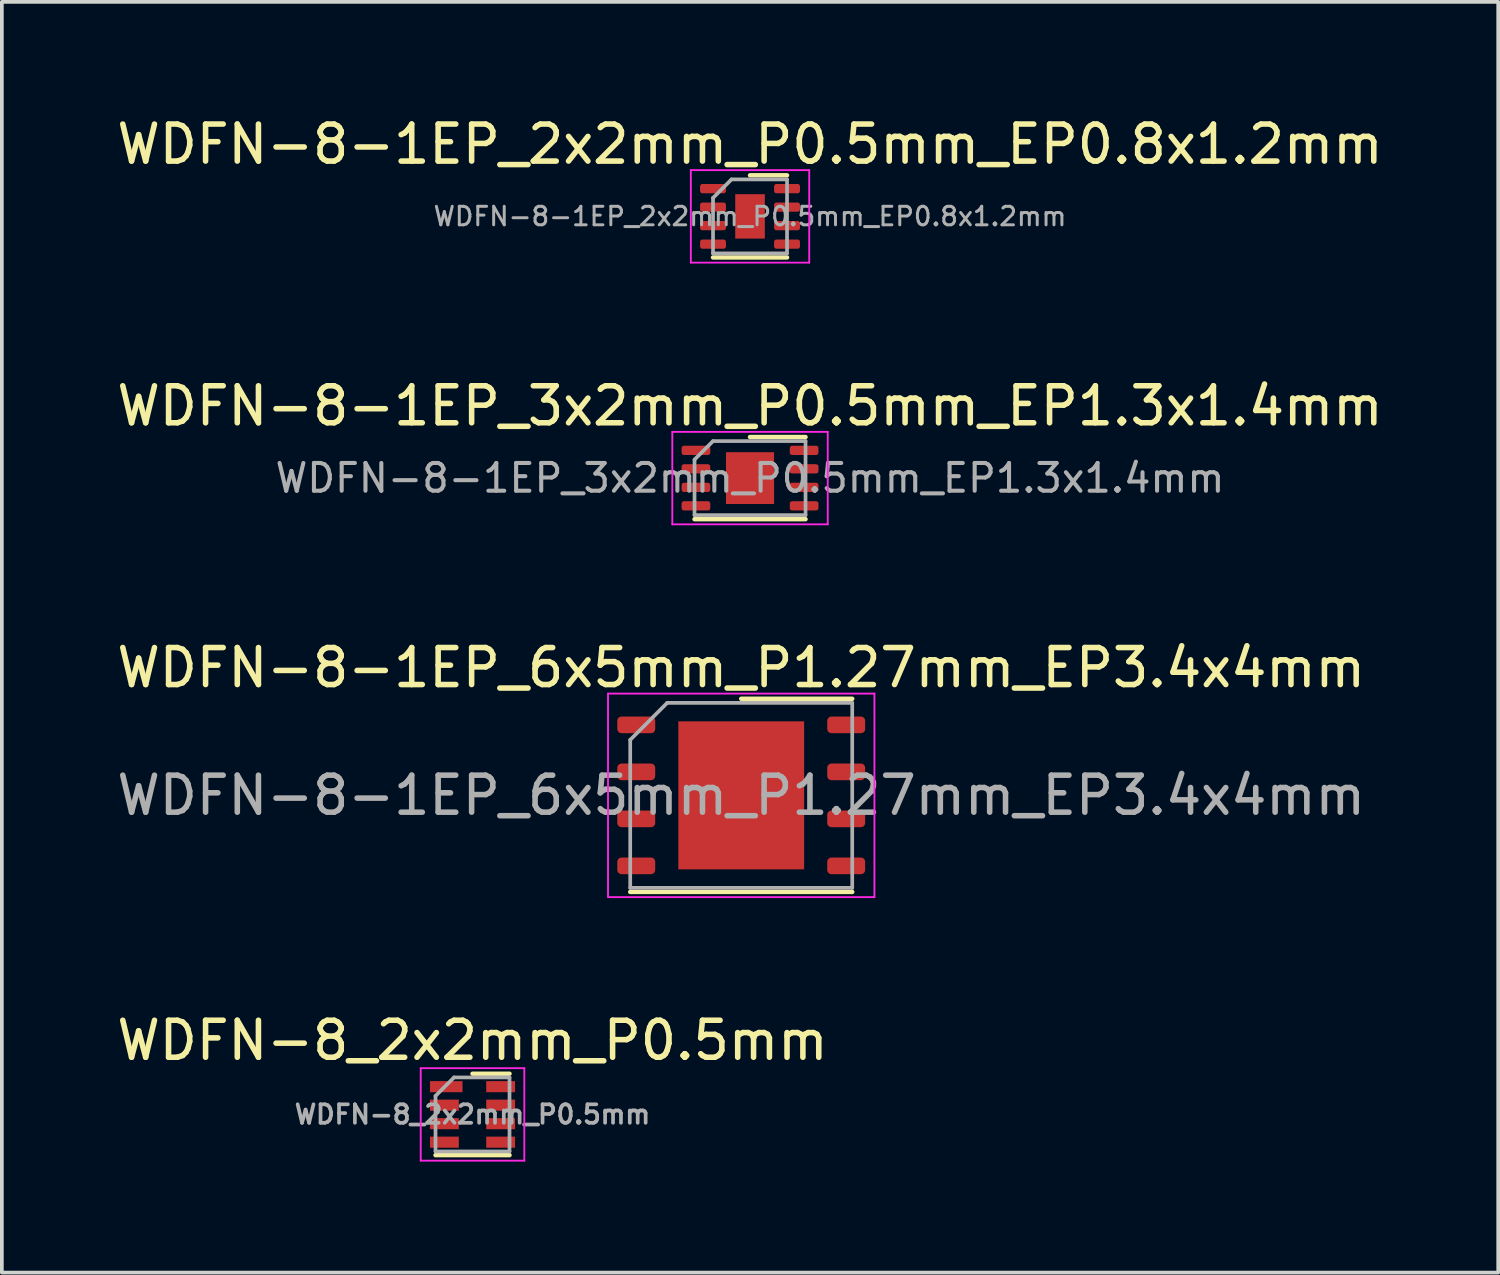
<source format=kicad_pcb>
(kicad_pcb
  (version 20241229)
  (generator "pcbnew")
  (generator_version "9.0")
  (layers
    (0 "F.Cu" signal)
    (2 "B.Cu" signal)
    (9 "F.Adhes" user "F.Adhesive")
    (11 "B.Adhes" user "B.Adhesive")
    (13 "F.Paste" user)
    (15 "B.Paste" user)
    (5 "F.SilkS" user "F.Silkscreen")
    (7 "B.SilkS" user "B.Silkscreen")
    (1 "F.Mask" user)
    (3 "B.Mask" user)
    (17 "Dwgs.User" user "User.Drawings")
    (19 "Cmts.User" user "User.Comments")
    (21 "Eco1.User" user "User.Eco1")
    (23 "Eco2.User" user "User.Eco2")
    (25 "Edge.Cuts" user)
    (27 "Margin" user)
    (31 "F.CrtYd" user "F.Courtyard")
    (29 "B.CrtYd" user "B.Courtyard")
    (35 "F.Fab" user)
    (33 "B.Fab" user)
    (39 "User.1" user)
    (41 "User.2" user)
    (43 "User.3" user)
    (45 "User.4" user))
  (footprint "WDFN-8_2x2mm_P0.5mm"
    (layer "F.Cu")
    (at 9.72 27.068)
    (property "Reference" "WDFN-8_2x2mm_P0.5mm" (at 0 -2 0) (layer "F.SilkS") (effects (font (size 1 1) (thickness 0.15))))
    (attr smd)
    (fp_line (start -1 1.1) (end 1 1.1) (stroke (width 0.12) (type solid)) (layer "F.SilkS"))
    (fp_line (start 0 -1.1) (end 1 -1.1) (stroke (width 0.12) (type solid)) (layer "F.SilkS"))
    (fp_line (start -1.4 -1.25) (end -1.4 1.25) (stroke (width 0.05) (type solid)) (layer "F.CrtYd"))
    (fp_line (start -1.4 -1.25) (end 1.4 -1.25) (stroke (width 0.05) (type solid)) (layer "F.CrtYd"))
    (fp_line (start -1.4 1.25) (end 1.4 1.25) (stroke (width 0.05) (type solid)) (layer "F.CrtYd"))
    (fp_line (start 1.4 -1.25) (end 1.4 1.25) (stroke (width 0.05) (type solid)) (layer "F.CrtYd"))
    (fp_line (start -1 -0.5) (end -0.5 -1) (stroke (width 0.1) (type solid)) (layer "F.Fab"))
    (fp_line (start -1 1) (end -1 -0.5) (stroke (width 0.1) (type solid)) (layer "F.Fab"))
    (fp_line (start -0.5 -1) (end 1 -1) (stroke (width 0.1) (type solid)) (layer "F.Fab"))
    (fp_line (start 1 -1) (end 1 1) (stroke (width 0.1) (type solid)) (layer "F.Fab"))
    (fp_line (start 1 1) (end -1 1) (stroke (width 0.1) (type solid)) (layer "F.Fab"))
    (fp_text user "${REFERENCE}" (at 0 0 0) (layer "F.Fab") (effects (font (size 0.5 0.5) (thickness 0.1))))
    (pad "1" smd rect (at -0.71 -0.75) (size 0.88 0.3) (layers "F.Cu" "F.Mask" "F.Paste"))
    (pad "2" smd rect (at -0.76 -0.25) (size 0.78 0.3) (layers "F.Cu" "F.Mask" "F.Paste"))
    (pad "3" smd rect (at -0.76 0.25) (size 0.78 0.3) (layers "F.Cu" "F.Mask" "F.Paste"))
    (pad "4" smd rect (at -0.76 0.75) (size 0.78 0.3) (layers "F.Cu" "F.Mask" "F.Paste"))
    (pad "5" smd rect (at 0.76 0.75) (size 0.78 0.3) (layers "F.Cu" "F.Mask" "F.Paste"))
    (pad "6" smd rect (at 0.76 0.25) (size 0.78 0.3) (layers "F.Cu" "F.Mask" "F.Paste"))
    (pad "7" smd rect (at 0.76 -0.25) (size 0.78 0.3) (layers "F.Cu" "F.Mask" "F.Paste"))
    (pad "8" smd rect (at 0.76 -0.75) (size 0.78 0.3) (layers "F.Cu" "F.Mask" "F.Paste")))
  (footprint "WDFN-8-1EP_6x5mm_P1.27mm_EP3.4x4mm"
    (layer "F.Cu")
    (at 16.982 18.445)
    (property "Reference" "WDFN-8-1EP_6x5mm_P1.27mm_EP3.4x4mm" (at 0 -3.45 0) (layer "F.SilkS") (effects (font (size 1 1) (thickness 0.15))))
    (attr smd)
    (fp_line (start -3 2.61) (end 3 2.61) (stroke (width 0.12) (type solid)) (layer "F.SilkS"))
    (fp_line (start 0 -2.61) (end 3 -2.61) (stroke (width 0.12) (type solid)) (layer "F.SilkS"))
    (fp_line (start -3.6 -2.75) (end -3.6 2.75) (stroke (width 0.05) (type solid)) (layer "F.CrtYd"))
    (fp_line (start -3.6 2.75) (end 3.6 2.75) (stroke (width 0.05) (type solid)) (layer "F.CrtYd"))
    (fp_line (start 3.6 -2.75) (end -3.6 -2.75) (stroke (width 0.05) (type solid)) (layer "F.CrtYd"))
    (fp_line (start 3.6 2.75) (end 3.6 -2.75) (stroke (width 0.05) (type solid)) (layer "F.CrtYd"))
    (fp_line (start -3 -1.5) (end -2 -2.5) (stroke (width 0.1) (type solid)) (layer "F.Fab"))
    (fp_line (start -3 2.5) (end -3 -1.5) (stroke (width 0.1) (type solid)) (layer "F.Fab"))
    (fp_line (start -2 -2.5) (end 3 -2.5) (stroke (width 0.1) (type solid)) (layer "F.Fab"))
    (fp_line (start 3 -2.5) (end 3 2.5) (stroke (width 0.1) (type solid)) (layer "F.Fab"))
    (fp_line (start 3 2.5) (end -3 2.5) (stroke (width 0.1) (type solid)) (layer "F.Fab"))
    (fp_text user "${REFERENCE}" (at 0 0 0) (layer "F.Fab") (effects (font (size 1 1) (thickness 0.15))))
    (pad "" smd roundrect (at -0.85 -1) (size 1.37 1.61) (layers "F.Paste") (roundrect_rratio 0.182))
    (pad "" smd roundrect (at -0.85 1) (size 1.37 1.61) (layers "F.Paste") (roundrect_rratio 0.182))
    (pad "" smd roundrect (at 0.85 -1) (size 1.37 1.61) (layers "F.Paste") (roundrect_rratio 0.182))
    (pad "" smd roundrect (at 0.85 1) (size 1.37 1.61) (layers "F.Paste") (roundrect_rratio 0.182))
    (pad "1" smd roundrect (at -2.837 -1.905) (size 1.025 0.45) (layers "F.Cu" "F.Mask" "F.Paste") (roundrect_rratio 0.25))
    (pad "2" smd roundrect (at -2.837 -0.635) (size 1.025 0.45) (layers "F.Cu" "F.Mask" "F.Paste") (roundrect_rratio 0.25))
    (pad "3" smd roundrect (at -2.837 0.635) (size 1.025 0.45) (layers "F.Cu" "F.Mask" "F.Paste") (roundrect_rratio 0.25))
    (pad "4" smd roundrect (at -2.837 1.905) (size 1.025 0.45) (layers "F.Cu" "F.Mask" "F.Paste") (roundrect_rratio 0.25))
    (pad "5" smd roundrect (at 2.837 1.905) (size 1.025 0.45) (layers "F.Cu" "F.Mask" "F.Paste") (roundrect_rratio 0.25))
    (pad "6" smd roundrect (at 2.837 0.635) (size 1.025 0.45) (layers "F.Cu" "F.Mask" "F.Paste") (roundrect_rratio 0.25))
    (pad "7" smd roundrect (at 2.837 -0.635) (size 1.025 0.45) (layers "F.Cu" "F.Mask" "F.Paste") (roundrect_rratio 0.25))
    (pad "8" smd roundrect (at 2.837 -1.905) (size 1.025 0.45) (layers "F.Cu" "F.Mask" "F.Paste") (roundrect_rratio 0.25))
    (pad "9" smd rect (at 0 0) (size 3.4 4) (layers "F.Cu" "F.Mask")))
  (footprint "WDFN-8-1EP_3x2mm_P0.5mm_EP1.3x1.4mm"
    (layer "F.Cu")
    (at 17.22 9.871)
    (property "Reference" "WDFN-8-1EP_3x2mm_P0.5mm_EP1.3x1.4mm" (at 0 -1.95 0) (layer "F.SilkS") (effects (font (size 1 1) (thickness 0.15))))
    (attr smd)
    (fp_line (start -1.5 1.11) (end 1.5 1.11) (stroke (width 0.12) (type solid)) (layer "F.SilkS"))
    (fp_line (start 0 -1.11) (end 1.5 -1.11) (stroke (width 0.12) (type solid)) (layer "F.SilkS"))
    (fp_line (start -2.1 -1.25) (end -2.1 1.25) (stroke (width 0.05) (type solid)) (layer "F.CrtYd"))
    (fp_line (start -2.1 1.25) (end 2.1 1.25) (stroke (width 0.05) (type solid)) (layer "F.CrtYd"))
    (fp_line (start 2.1 -1.25) (end -2.1 -1.25) (stroke (width 0.05) (type solid)) (layer "F.CrtYd"))
    (fp_line (start 2.1 1.25) (end 2.1 -1.25) (stroke (width 0.05) (type solid)) (layer "F.CrtYd"))
    (fp_line (start -1.5 -0.5) (end -1 -1) (stroke (width 0.1) (type solid)) (layer "F.Fab"))
    (fp_line (start -1.5 1) (end -1.5 -0.5) (stroke (width 0.1) (type solid)) (layer "F.Fab"))
    (fp_line (start -1 -1) (end 1.5 -1) (stroke (width 0.1) (type solid)) (layer "F.Fab"))
    (fp_line (start 1.5 -1) (end 1.5 1) (stroke (width 0.1) (type solid)) (layer "F.Fab"))
    (fp_line (start 1.5 1) (end -1.5 1) (stroke (width 0.1) (type solid)) (layer "F.Fab"))
    (fp_text user "${REFERENCE}" (at 0 0 0) (layer "F.Fab") (effects (font (size 0.75 0.75) (thickness 0.11))))
    (pad "" smd roundrect (at -0.325 -0.35) (size 0.52 0.56) (layers "F.Paste") (roundrect_rratio 0.25))
    (pad "" smd roundrect (at -0.325 0.35) (size 0.52 0.56) (layers "F.Paste") (roundrect_rratio 0.25))
    (pad "" smd roundrect (at 0.325 -0.35) (size 0.52 0.56) (layers "F.Paste") (roundrect_rratio 0.25))
    (pad "" smd roundrect (at 0.325 0.35) (size 0.52 0.56) (layers "F.Paste") (roundrect_rratio 0.25))
    (pad "1" smd roundrect (at -1.462 -0.75) (size 0.775 0.25) (layers "F.Cu" "F.Mask" "F.Paste") (roundrect_rratio 0.25))
    (pad "2" smd roundrect (at -1.462 -0.25) (size 0.775 0.25) (layers "F.Cu" "F.Mask" "F.Paste") (roundrect_rratio 0.25))
    (pad "3" smd roundrect (at -1.462 0.25) (size 0.775 0.25) (layers "F.Cu" "F.Mask" "F.Paste") (roundrect_rratio 0.25))
    (pad "4" smd roundrect (at -1.462 0.75) (size 0.775 0.25) (layers "F.Cu" "F.Mask" "F.Paste") (roundrect_rratio 0.25))
    (pad "5" smd roundrect (at 1.462 0.75) (size 0.775 0.25) (layers "F.Cu" "F.Mask" "F.Paste") (roundrect_rratio 0.25))
    (pad "6" smd roundrect (at 1.462 0.25) (size 0.775 0.25) (layers "F.Cu" "F.Mask" "F.Paste") (roundrect_rratio 0.25))
    (pad "7" smd roundrect (at 1.462 -0.25) (size 0.775 0.25) (layers "F.Cu" "F.Mask" "F.Paste") (roundrect_rratio 0.25))
    (pad "8" smd roundrect (at 1.462 -0.75) (size 0.775 0.25) (layers "F.Cu" "F.Mask" "F.Paste") (roundrect_rratio 0.25))
    (pad "9" smd rect (at 0 0) (size 1.3 1.4) (layers "F.Cu" "F.Mask")))
  (footprint "WDFN-8-1EP_2x2mm_P0.5mm_EP0.8x1.2mm"
    (layer "F.Cu")
    (at 17.22 2.798)
    (property "Reference" "WDFN-8-1EP_2x2mm_P0.5mm_EP0.8x1.2mm" (at 0 -1.95 0) (layer "F.SilkS") (effects (font (size 1 1) (thickness 0.15))))
    (attr smd)
    (fp_line (start -1 1.11) (end 1 1.11) (stroke (width 0.12) (type solid)) (layer "F.SilkS"))
    (fp_line (start 0 -1.11) (end 1 -1.11) (stroke (width 0.12) (type solid)) (layer "F.SilkS"))
    (fp_line (start -1.6 -1.25) (end -1.6 1.25) (stroke (width 0.05) (type solid)) (layer "F.CrtYd"))
    (fp_line (start -1.6 1.25) (end 1.6 1.25) (stroke (width 0.05) (type solid)) (layer "F.CrtYd"))
    (fp_line (start 1.6 -1.25) (end -1.6 -1.25) (stroke (width 0.05) (type solid)) (layer "F.CrtYd"))
    (fp_line (start 1.6 1.25) (end 1.6 -1.25) (stroke (width 0.05) (type solid)) (layer "F.CrtYd"))
    (fp_line (start -1 -0.5) (end -0.5 -1) (stroke (width 0.1) (type solid)) (layer "F.Fab"))
    (fp_line (start -1 1) (end -1 -0.5) (stroke (width 0.1) (type solid)) (layer "F.Fab"))
    (fp_line (start -0.5 -1) (end 1 -1) (stroke (width 0.1) (type solid)) (layer "F.Fab"))
    (fp_line (start 1 -1) (end 1 1) (stroke (width 0.1) (type solid)) (layer "F.Fab"))
    (fp_line (start 1 1) (end -1 1) (stroke (width 0.1) (type solid)) (layer "F.Fab"))
    (fp_text user "${REFERENCE}" (at 0 0 0) (layer "F.Fab") (effects (font (size 0.5 0.5) (thickness 0.08))))
    (pad "" smd roundrect (at -0.2 -0.3) (size 0.32 0.48) (layers "F.Paste") (roundrect_rratio 0.25))
    (pad "" smd roundrect (at -0.2 0.3) (size 0.32 0.48) (layers "F.Paste") (roundrect_rratio 0.25))
    (pad "" smd roundrect (at 0.2 -0.3) (size 0.32 0.48) (layers "F.Paste") (roundrect_rratio 0.25))
    (pad "" smd roundrect (at 0.2 0.3) (size 0.32 0.48) (layers "F.Paste") (roundrect_rratio 0.25))
    (pad "1" smd roundrect (at -1 -0.75) (size 0.7 0.25) (layers "F.Cu" "F.Mask" "F.Paste") (roundrect_rratio 0.25))
    (pad "2" smd roundrect (at -1 -0.25) (size 0.7 0.25) (layers "F.Cu" "F.Mask" "F.Paste") (roundrect_rratio 0.25))
    (pad "3" smd roundrect (at -1 0.25) (size 0.7 0.25) (layers "F.Cu" "F.Mask" "F.Paste") (roundrect_rratio 0.25))
    (pad "4" smd roundrect (at -1 0.75) (size 0.7 0.25) (layers "F.Cu" "F.Mask" "F.Paste") (roundrect_rratio 0.25))
    (pad "5" smd roundrect (at 1 0.75) (size 0.7 0.25) (layers "F.Cu" "F.Mask" "F.Paste") (roundrect_rratio 0.25))
    (pad "6" smd roundrect (at 1 0.25) (size 0.7 0.25) (layers "F.Cu" "F.Mask" "F.Paste") (roundrect_rratio 0.25))
    (pad "7" smd roundrect (at 1 -0.25) (size 0.7 0.25) (layers "F.Cu" "F.Mask" "F.Paste") (roundrect_rratio 0.25))
    (pad "8" smd roundrect (at 1 -0.75) (size 0.7 0.25) (layers "F.Cu" "F.Mask" "F.Paste") (roundrect_rratio 0.25))
    (pad "9" smd rect (at 0 0) (size 0.8 1.2) (layers "F.Cu" "F.Mask")))
  (gr_rect
    (start -3 -3)
    (end 37.44 31.343)
    (stroke (width 0.1) (type default))
    (fill no)
    (layer "Edge.Cuts")))
</source>
